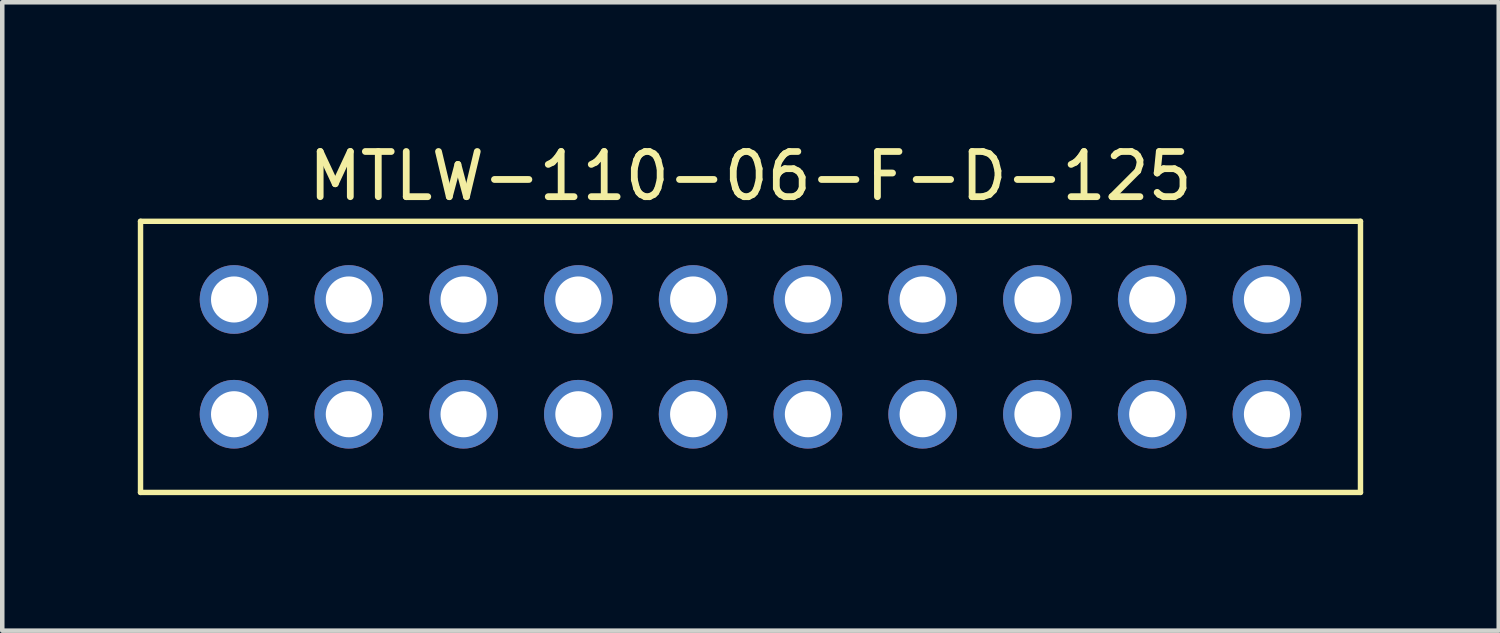
<source format=kicad_pcb>
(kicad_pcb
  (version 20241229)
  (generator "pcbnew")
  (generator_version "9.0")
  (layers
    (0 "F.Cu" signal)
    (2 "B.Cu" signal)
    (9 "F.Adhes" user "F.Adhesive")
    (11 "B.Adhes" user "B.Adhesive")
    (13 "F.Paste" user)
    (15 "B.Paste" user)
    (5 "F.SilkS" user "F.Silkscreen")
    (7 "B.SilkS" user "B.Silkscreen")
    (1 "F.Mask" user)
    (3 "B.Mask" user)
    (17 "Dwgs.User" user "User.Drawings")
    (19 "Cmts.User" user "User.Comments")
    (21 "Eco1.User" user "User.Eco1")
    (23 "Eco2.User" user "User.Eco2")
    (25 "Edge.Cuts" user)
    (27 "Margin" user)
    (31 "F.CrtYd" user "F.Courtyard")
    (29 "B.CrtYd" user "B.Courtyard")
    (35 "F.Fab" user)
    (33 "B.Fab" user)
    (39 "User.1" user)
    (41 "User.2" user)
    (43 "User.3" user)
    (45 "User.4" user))
  (footprint "MTLW-110-06-F-D-125"
    (layer "F.Cu")
    (at 13.56 4.848)
    (property "Reference" "MTLW-110-06-F-D-125" (at 0 -4 0) (layer "F.SilkS") (effects (font (size 1 1) (thickness 0.15))))
    (attr through_hole)
    (fp_line (start -13.5 -3) (end -13.5 3) (stroke (width 0.12) (type solid)) (layer "F.SilkS"))
    (fp_line (start -13.5 -3) (end 13.5 -3) (stroke (width 0.12) (type solid)) (layer "F.SilkS"))
    (fp_line (start -13.5 3) (end 13.5 3) (stroke (width 0.12) (type solid)) (layer "F.SilkS"))
    (fp_line (start 13.5 -3) (end 13.5 3) (stroke (width 0.12) (type solid)) (layer "F.SilkS"))
    (pad "1" thru_hole circle (at -11.43 1.27) (size 1.52 1.52) (drill 1.02) (layers "*.Cu" "*.Mask"))
    (pad "2" thru_hole circle (at -11.43 -1.27) (size 1.52 1.52) (drill 1.02) (layers "*.Cu" "*.Mask"))
    (pad "3" thru_hole circle (at -8.89 1.27) (size 1.52 1.52) (drill 1.02) (layers "*.Cu" "*.Mask"))
    (pad "4" thru_hole circle (at -8.89 -1.27) (size 1.52 1.52) (drill 1.02) (layers "*.Cu" "*.Mask"))
    (pad "5" thru_hole circle (at -6.35 1.27) (size 1.52 1.52) (drill 1.02) (layers "*.Cu" "*.Mask"))
    (pad "6" thru_hole circle (at -6.35 -1.27) (size 1.52 1.52) (drill 1.02) (layers "*.Cu" "*.Mask"))
    (pad "7" thru_hole circle (at -3.81 1.27) (size 1.52 1.52) (drill 1.02) (layers "*.Cu" "*.Mask"))
    (pad "8" thru_hole circle (at -3.81 -1.27) (size 1.52 1.52) (drill 1.02) (layers "*.Cu" "*.Mask"))
    (pad "9" thru_hole circle (at -1.27 1.27) (size 1.52 1.52) (drill 1.02) (layers "*.Cu" "*.Mask"))
    (pad "10" thru_hole circle (at -1.27 -1.27) (size 1.52 1.52) (drill 1.02) (layers "*.Cu" "*.Mask"))
    (pad "11" thru_hole circle (at 1.27 1.27) (size 1.52 1.52) (drill 1.02) (layers "*.Cu" "*.Mask"))
    (pad "12" thru_hole circle (at 1.27 -1.27) (size 1.52 1.52) (drill 1.02) (layers "*.Cu" "*.Mask"))
    (pad "13" thru_hole circle (at 3.81 1.27) (size 1.52 1.52) (drill 1.02) (layers "*.Cu" "*.Mask"))
    (pad "14" thru_hole circle (at 3.81 -1.27) (size 1.52 1.52) (drill 1.02) (layers "*.Cu" "*.Mask"))
    (pad "15" thru_hole circle (at 6.35 1.27) (size 1.52 1.52) (drill 1.02) (layers "*.Cu" "*.Mask"))
    (pad "16" thru_hole circle (at 6.35 -1.27) (size 1.52 1.52) (drill 1.02) (layers "*.Cu" "*.Mask"))
    (pad "17" thru_hole circle (at 8.89 1.27) (size 1.52 1.52) (drill 1.02) (layers "*.Cu" "*.Mask"))
    (pad "18" thru_hole circle (at 8.89 -1.27) (size 1.52 1.52) (drill 1.02) (layers "*.Cu" "*.Mask"))
    (pad "19" thru_hole circle (at 11.43 1.27) (size 1.52 1.52) (drill 1.02) (layers "*.Cu" "*.Mask"))
    (pad "20" thru_hole circle (at 11.43 -1.27) (size 1.52 1.52) (drill 1.02) (layers "*.Cu" "*.Mask")))
  (gr_rect
    (start -3 -3)
    (end 30.12 10.908)
    (stroke (width 0.1) (type default))
    (fill no)
    (layer "Edge.Cuts")))
</source>
